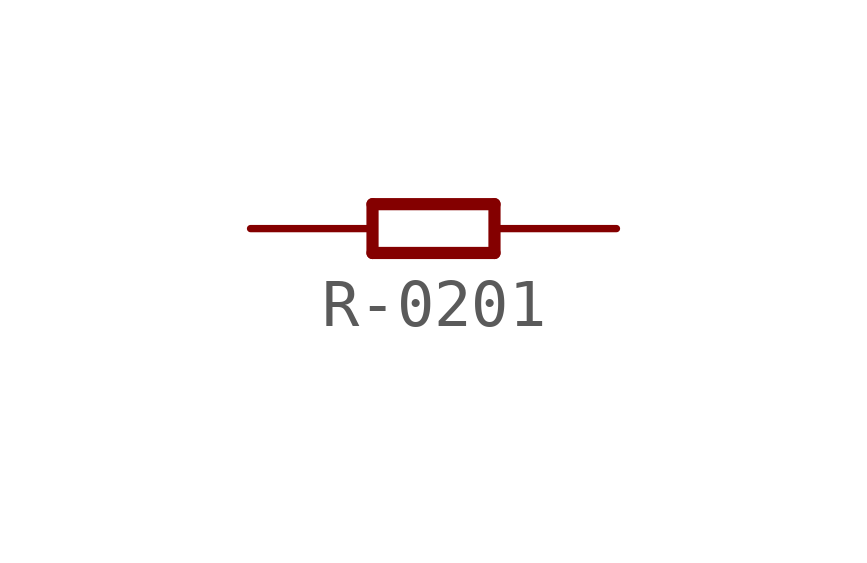
<source format=kicad_sym>
(kicad_symbol_lib
  (version 20231120)
  (generator "kicad_symbol_editor")
  (generator_version "8.0")
  (symbol "R-0201"
    (property "Reference" "R"
      (at -2.54 0 0)
      (effects (font (size 0.635 0.54)) (justify left bottom) (hide yes)))
    (property "ki_locked" ""
      (at 0 0 0)
      (effects (font (size 1.27 1.27))))
    (symbol "R-0201_1_0"
      (polyline (pts (xy -1.27 -0.508) (xy -1.27 0.508)) (stroke (width 0.254) (type solid)) (fill (type none)))
      (polyline (pts (xy -1.27 0.508) (xy 1.27 0.508)) (stroke (width 0.254) (type solid)) (fill (type none)))
      (polyline (pts (xy 1.27 -0.508) (xy -1.27 -0.508)) (stroke (width 0.254) (type solid)) (fill (type none)))
      (polyline (pts (xy 1.27 0.508) (xy 1.27 -0.508)) (stroke (width 0.254) (type solid)) (fill (type none)))
      (pin passive line (at -3.81 0 0) (length 2.54) (name "1" (effects (font (size 0 0)))) (number "1" (effects (font (size 0 0)))))
      (pin passive line (at 3.81 0 180) (length 2.54) (name "2" (effects (font (size 0 0)))) (number "2" (effects (font (size 0 0))))))))
</source>
